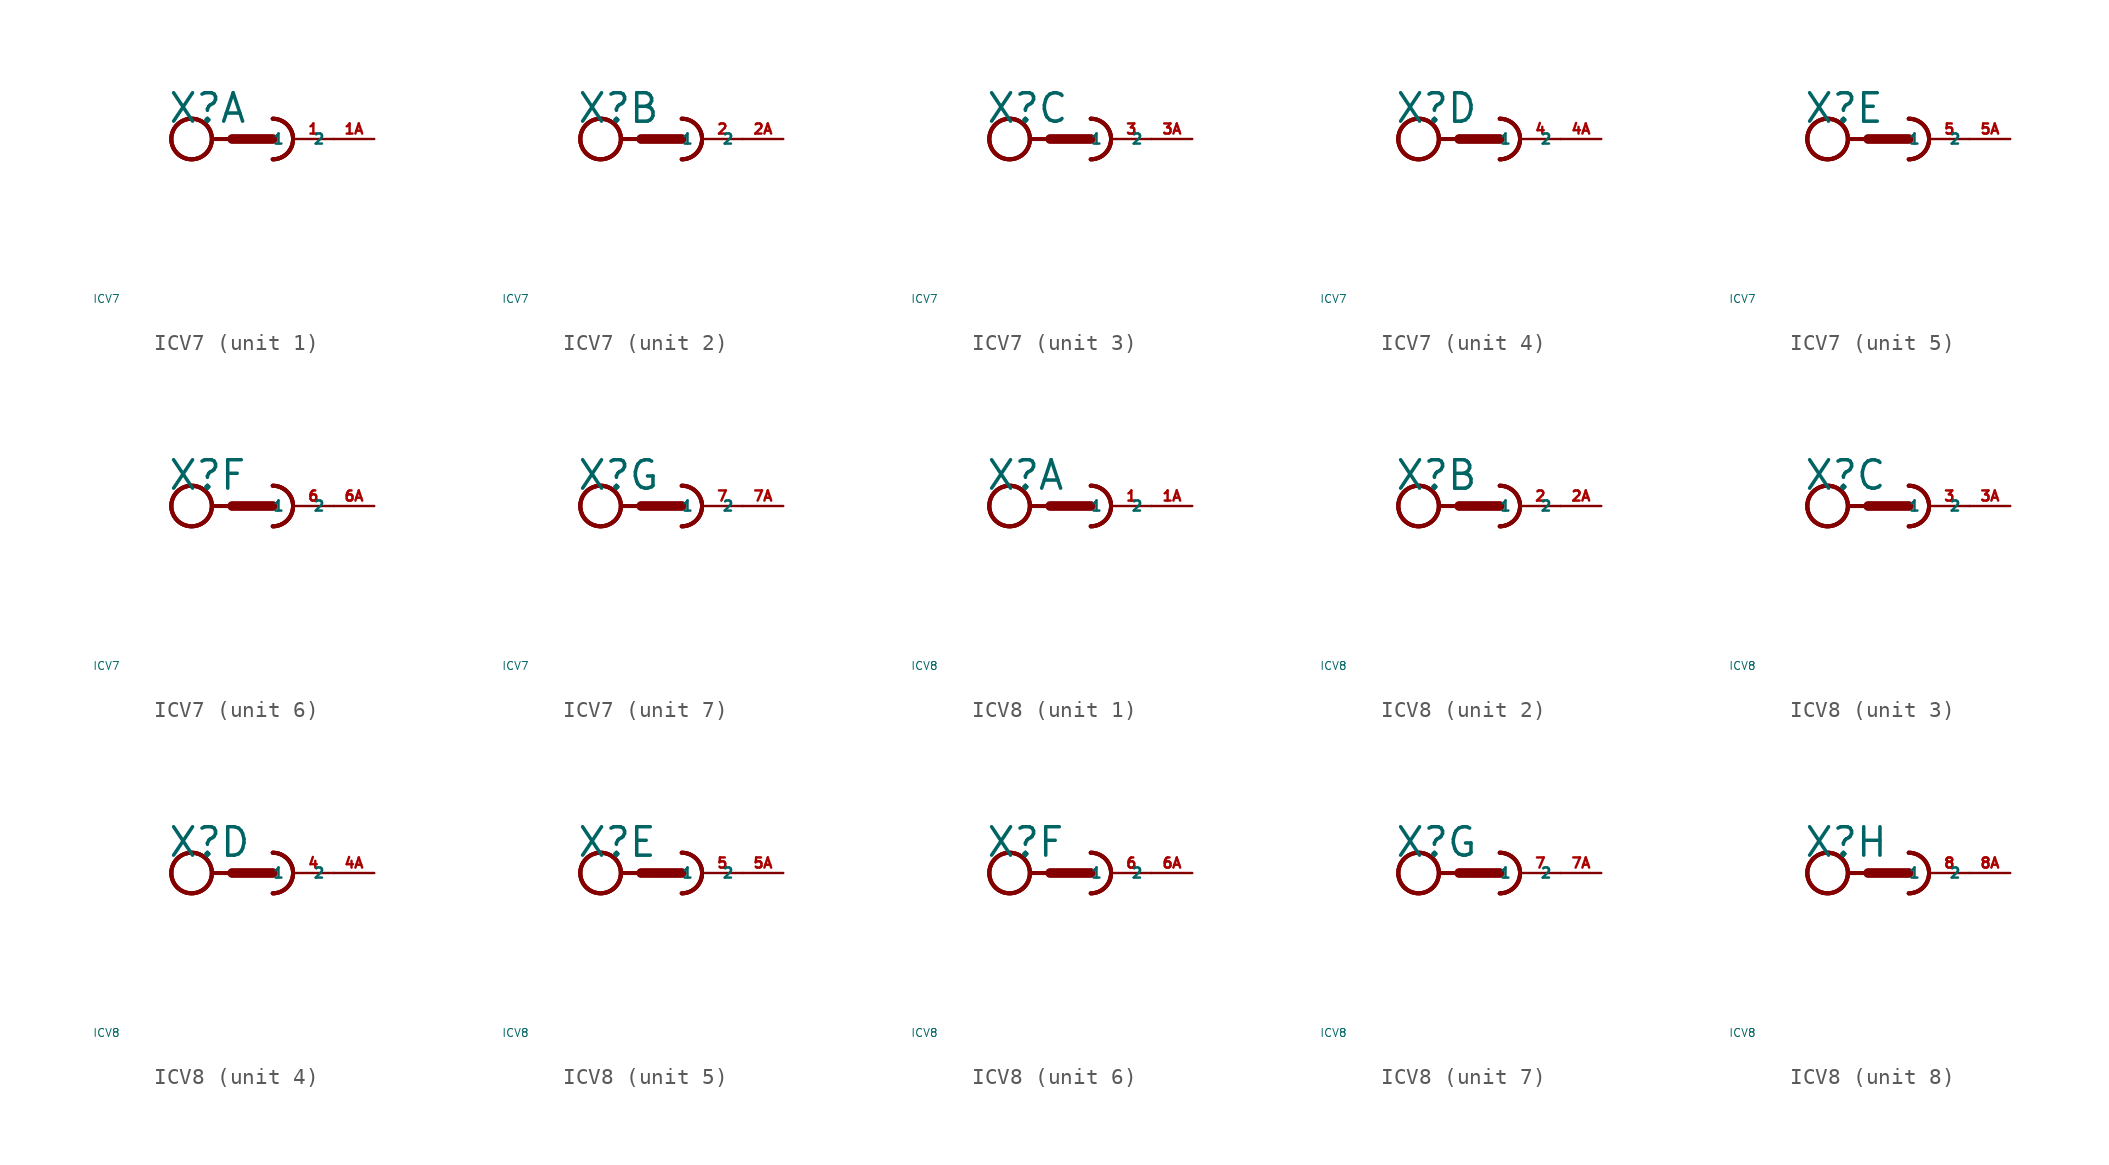
<source format=kicad_sym>
(kicad_symbol_lib
  (version 20220914)
  (generator Eagle2Kicad)
  (symbol "ICV7"
    (property "Reference" "X"
      (at -5.334 0.889 0)
      (effects (font (size 1.778 1.778) (thickness 0.22)) (justify left bottom)))
    (property "Value" "ICV7"
      (at -10 -10 0)
      (effects (font (size 0.5 0.5) (thickness 0.06)) (justify left)))
    (symbol "ICV7_1_0"
      (arc (start 1.27 -1.27) (mid 2.540 0.000) (end 1.27 1.27) (stroke (width 0.254) (type default)) (fill (type none)))
      (arc (start 1.27 -1.27) (mid 2.540 0.000) (end 1.27 1.27) (stroke (width 0.254) (type default)) (fill (type none)))
      (polyline (pts (xy -2.54 0) (xy -1.27 0)) (stroke (width 0.254) (type default)) (fill (type none)))
      (polyline (pts (xy -1.27 0) (xy 1.27 0)) (stroke (width 0.61) (type default)) (fill (type none)))
      (arc (start 1.27 -1.27) (mid 2.540 0.000) (end 1.27 1.27) (stroke (width 0.254) (type default)) (fill (type none)))
      (circle (center -3.81 0) (radius 1.27) (stroke (width 0.254) (type default)) (fill (type none)))
      (circle (center -3.81 0) (radius 1.27) (stroke (width 0.254) (type default)) (fill (type none)))
      (circle (center -3.81 0) (radius 1.27) (stroke (width 0.254) (type default)) (fill (type none)))
      (pin passive line (at 5.08 0 180) (length 2.54) (name "1" (effects (font (size 0.635 0.635) (thickness 0.08)) (justify left bottom))) (number "1" (effects (font (size 0.635 0.635) (thickness 0.08)) (justify left bottom))))
      (pin passive line (at 7.62 0 180) (length 2.54) (name "2" (effects (font (size 0.635 0.635) (thickness 0.08)) (justify left bottom))) (number "1A" (effects (font (size 0.635 0.635) (thickness 0.08)) (justify left bottom)))))
    (symbol "ICV7_2_0"
      (arc (start 1.27 -1.27) (mid 2.540 0.000) (end 1.27 1.27) (stroke (width 0.254) (type default)) (fill (type none)))
      (arc (start 1.27 -1.27) (mid 2.540 0.000) (end 1.27 1.27) (stroke (width 0.254) (type default)) (fill (type none)))
      (polyline (pts (xy -2.54 0) (xy -1.27 0)) (stroke (width 0.254) (type default)) (fill (type none)))
      (polyline (pts (xy -1.27 0) (xy 1.27 0)) (stroke (width 0.61) (type default)) (fill (type none)))
      (arc (start 1.27 -1.27) (mid 2.540 0.000) (end 1.27 1.27) (stroke (width 0.254) (type default)) (fill (type none)))
      (circle (center -3.81 0) (radius 1.27) (stroke (width 0.254) (type default)) (fill (type none)))
      (circle (center -3.81 0) (radius 1.27) (stroke (width 0.254) (type default)) (fill (type none)))
      (circle (center -3.81 0) (radius 1.27) (stroke (width 0.254) (type default)) (fill (type none)))
      (pin passive line (at 5.08 0 180) (length 2.54) (name "1" (effects (font (size 0.635 0.635) (thickness 0.08)) (justify left bottom))) (number "2" (effects (font (size 0.635 0.635) (thickness 0.08)) (justify left bottom))))
      (pin passive line (at 7.62 0 180) (length 2.54) (name "2" (effects (font (size 0.635 0.635) (thickness 0.08)) (justify left bottom))) (number "2A" (effects (font (size 0.635 0.635) (thickness 0.08)) (justify left bottom)))))
    (symbol "ICV7_3_0"
      (arc (start 1.27 -1.27) (mid 2.540 0.000) (end 1.27 1.27) (stroke (width 0.254) (type default)) (fill (type none)))
      (arc (start 1.27 -1.27) (mid 2.540 0.000) (end 1.27 1.27) (stroke (width 0.254) (type default)) (fill (type none)))
      (polyline (pts (xy -2.54 0) (xy -1.27 0)) (stroke (width 0.254) (type default)) (fill (type none)))
      (polyline (pts (xy -1.27 0) (xy 1.27 0)) (stroke (width 0.61) (type default)) (fill (type none)))
      (arc (start 1.27 -1.27) (mid 2.540 0.000) (end 1.27 1.27) (stroke (width 0.254) (type default)) (fill (type none)))
      (circle (center -3.81 0) (radius 1.27) (stroke (width 0.254) (type default)) (fill (type none)))
      (circle (center -3.81 0) (radius 1.27) (stroke (width 0.254) (type default)) (fill (type none)))
      (circle (center -3.81 0) (radius 1.27) (stroke (width 0.254) (type default)) (fill (type none)))
      (pin passive line (at 5.08 0 180) (length 2.54) (name "1" (effects (font (size 0.635 0.635) (thickness 0.08)) (justify left bottom))) (number "3" (effects (font (size 0.635 0.635) (thickness 0.08)) (justify left bottom))))
      (pin passive line (at 7.62 0 180) (length 2.54) (name "2" (effects (font (size 0.635 0.635) (thickness 0.08)) (justify left bottom))) (number "3A" (effects (font (size 0.635 0.635) (thickness 0.08)) (justify left bottom)))))
    (symbol "ICV7_4_0"
      (arc (start 1.27 -1.27) (mid 2.540 0.000) (end 1.27 1.27) (stroke (width 0.254) (type default)) (fill (type none)))
      (arc (start 1.27 -1.27) (mid 2.540 0.000) (end 1.27 1.27) (stroke (width 0.254) (type default)) (fill (type none)))
      (polyline (pts (xy -2.54 0) (xy -1.27 0)) (stroke (width 0.254) (type default)) (fill (type none)))
      (polyline (pts (xy -1.27 0) (xy 1.27 0)) (stroke (width 0.61) (type default)) (fill (type none)))
      (arc (start 1.27 -1.27) (mid 2.540 0.000) (end 1.27 1.27) (stroke (width 0.254) (type default)) (fill (type none)))
      (circle (center -3.81 0) (radius 1.27) (stroke (width 0.254) (type default)) (fill (type none)))
      (circle (center -3.81 0) (radius 1.27) (stroke (width 0.254) (type default)) (fill (type none)))
      (circle (center -3.81 0) (radius 1.27) (stroke (width 0.254) (type default)) (fill (type none)))
      (pin passive line (at 5.08 0 180) (length 2.54) (name "1" (effects (font (size 0.635 0.635) (thickness 0.08)) (justify left bottom))) (number "4" (effects (font (size 0.635 0.635) (thickness 0.08)) (justify left bottom))))
      (pin passive line (at 7.62 0 180) (length 2.54) (name "2" (effects (font (size 0.635 0.635) (thickness 0.08)) (justify left bottom))) (number "4A" (effects (font (size 0.635 0.635) (thickness 0.08)) (justify left bottom)))))
    (symbol "ICV7_5_0"
      (arc (start 1.27 -1.27) (mid 2.540 0.000) (end 1.27 1.27) (stroke (width 0.254) (type default)) (fill (type none)))
      (arc (start 1.27 -1.27) (mid 2.540 0.000) (end 1.27 1.27) (stroke (width 0.254) (type default)) (fill (type none)))
      (polyline (pts (xy -2.54 0) (xy -1.27 0)) (stroke (width 0.254) (type default)) (fill (type none)))
      (polyline (pts (xy -1.27 0) (xy 1.27 0)) (stroke (width 0.61) (type default)) (fill (type none)))
      (arc (start 1.27 -1.27) (mid 2.540 0.000) (end 1.27 1.27) (stroke (width 0.254) (type default)) (fill (type none)))
      (circle (center -3.81 0) (radius 1.27) (stroke (width 0.254) (type default)) (fill (type none)))
      (circle (center -3.81 0) (radius 1.27) (stroke (width 0.254) (type default)) (fill (type none)))
      (circle (center -3.81 0) (radius 1.27) (stroke (width 0.254) (type default)) (fill (type none)))
      (pin passive line (at 5.08 0 180) (length 2.54) (name "1" (effects (font (size 0.635 0.635) (thickness 0.08)) (justify left bottom))) (number "5" (effects (font (size 0.635 0.635) (thickness 0.08)) (justify left bottom))))
      (pin passive line (at 7.62 0 180) (length 2.54) (name "2" (effects (font (size 0.635 0.635) (thickness 0.08)) (justify left bottom))) (number "5A" (effects (font (size 0.635 0.635) (thickness 0.08)) (justify left bottom)))))
    (symbol "ICV7_6_0"
      (arc (start 1.27 -1.27) (mid 2.540 0.000) (end 1.27 1.27) (stroke (width 0.254) (type default)) (fill (type none)))
      (arc (start 1.27 -1.27) (mid 2.540 0.000) (end 1.27 1.27) (stroke (width 0.254) (type default)) (fill (type none)))
      (polyline (pts (xy -2.54 0) (xy -1.27 0)) (stroke (width 0.254) (type default)) (fill (type none)))
      (polyline (pts (xy -1.27 0) (xy 1.27 0)) (stroke (width 0.61) (type default)) (fill (type none)))
      (arc (start 1.27 -1.27) (mid 2.540 0.000) (end 1.27 1.27) (stroke (width 0.254) (type default)) (fill (type none)))
      (circle (center -3.81 0) (radius 1.27) (stroke (width 0.254) (type default)) (fill (type none)))
      (circle (center -3.81 0) (radius 1.27) (stroke (width 0.254) (type default)) (fill (type none)))
      (circle (center -3.81 0) (radius 1.27) (stroke (width 0.254) (type default)) (fill (type none)))
      (pin passive line (at 5.08 0 180) (length 2.54) (name "1" (effects (font (size 0.635 0.635) (thickness 0.08)) (justify left bottom))) (number "6" (effects (font (size 0.635 0.635) (thickness 0.08)) (justify left bottom))))
      (pin passive line (at 7.62 0 180) (length 2.54) (name "2" (effects (font (size 0.635 0.635) (thickness 0.08)) (justify left bottom))) (number "6A" (effects (font (size 0.635 0.635) (thickness 0.08)) (justify left bottom)))))
    (symbol "ICV7_7_0"
      (arc (start 1.27 -1.27) (mid 2.540 0.000) (end 1.27 1.27) (stroke (width 0.254) (type default)) (fill (type none)))
      (arc (start 1.27 -1.27) (mid 2.540 0.000) (end 1.27 1.27) (stroke (width 0.254) (type default)) (fill (type none)))
      (polyline (pts (xy -2.54 0) (xy -1.27 0)) (stroke (width 0.254) (type default)) (fill (type none)))
      (polyline (pts (xy -1.27 0) (xy 1.27 0)) (stroke (width 0.61) (type default)) (fill (type none)))
      (arc (start 1.27 -1.27) (mid 2.540 0.000) (end 1.27 1.27) (stroke (width 0.254) (type default)) (fill (type none)))
      (circle (center -3.81 0) (radius 1.27) (stroke (width 0.254) (type default)) (fill (type none)))
      (circle (center -3.81 0) (radius 1.27) (stroke (width 0.254) (type default)) (fill (type none)))
      (circle (center -3.81 0) (radius 1.27) (stroke (width 0.254) (type default)) (fill (type none)))
      (pin passive line (at 5.08 0 180) (length 2.54) (name "1" (effects (font (size 0.635 0.635) (thickness 0.08)) (justify left bottom))) (number "7" (effects (font (size 0.635 0.635) (thickness 0.08)) (justify left bottom))))
      (pin passive line (at 7.62 0 180) (length 2.54) (name "2" (effects (font (size 0.635 0.635) (thickness 0.08)) (justify left bottom))) (number "7A" (effects (font (size 0.635 0.635) (thickness 0.08)) (justify left bottom))))))
  (symbol "ICV8"
    (property "Reference" "X"
      (at -5.334 0.889 0)
      (effects (font (size 1.778 1.778) (thickness 0.22)) (justify left bottom)))
    (property "Value" "ICV8"
      (at -10 -10 0)
      (effects (font (size 0.5 0.5) (thickness 0.06)) (justify left)))
    (symbol "ICV8_1_0"
      (arc (start 1.27 -1.27) (mid 2.540 0.000) (end 1.27 1.27) (stroke (width 0.254) (type default)) (fill (type none)))
      (arc (start 1.27 -1.27) (mid 2.540 0.000) (end 1.27 1.27) (stroke (width 0.254) (type default)) (fill (type none)))
      (polyline (pts (xy -2.54 0) (xy -1.27 0)) (stroke (width 0.254) (type default)) (fill (type none)))
      (polyline (pts (xy -1.27 0) (xy 1.27 0)) (stroke (width 0.61) (type default)) (fill (type none)))
      (arc (start 1.27 -1.27) (mid 2.540 0.000) (end 1.27 1.27) (stroke (width 0.254) (type default)) (fill (type none)))
      (circle (center -3.81 0) (radius 1.27) (stroke (width 0.254) (type default)) (fill (type none)))
      (circle (center -3.81 0) (radius 1.27) (stroke (width 0.254) (type default)) (fill (type none)))
      (circle (center -3.81 0) (radius 1.27) (stroke (width 0.254) (type default)) (fill (type none)))
      (pin passive line (at 5.08 0 180) (length 2.54) (name "1" (effects (font (size 0.635 0.635) (thickness 0.08)) (justify left bottom))) (number "1" (effects (font (size 0.635 0.635) (thickness 0.08)) (justify left bottom))))
      (pin passive line (at 7.62 0 180) (length 2.54) (name "2" (effects (font (size 0.635 0.635) (thickness 0.08)) (justify left bottom))) (number "1A" (effects (font (size 0.635 0.635) (thickness 0.08)) (justify left bottom)))))
    (symbol "ICV8_2_0"
      (arc (start 1.27 -1.27) (mid 2.540 0.000) (end 1.27 1.27) (stroke (width 0.254) (type default)) (fill (type none)))
      (arc (start 1.27 -1.27) (mid 2.540 0.000) (end 1.27 1.27) (stroke (width 0.254) (type default)) (fill (type none)))
      (polyline (pts (xy -2.54 0) (xy -1.27 0)) (stroke (width 0.254) (type default)) (fill (type none)))
      (polyline (pts (xy -1.27 0) (xy 1.27 0)) (stroke (width 0.61) (type default)) (fill (type none)))
      (arc (start 1.27 -1.27) (mid 2.540 0.000) (end 1.27 1.27) (stroke (width 0.254) (type default)) (fill (type none)))
      (circle (center -3.81 0) (radius 1.27) (stroke (width 0.254) (type default)) (fill (type none)))
      (circle (center -3.81 0) (radius 1.27) (stroke (width 0.254) (type default)) (fill (type none)))
      (circle (center -3.81 0) (radius 1.27) (stroke (width 0.254) (type default)) (fill (type none)))
      (pin passive line (at 5.08 0 180) (length 2.54) (name "1" (effects (font (size 0.635 0.635) (thickness 0.08)) (justify left bottom))) (number "2" (effects (font (size 0.635 0.635) (thickness 0.08)) (justify left bottom))))
      (pin passive line (at 7.62 0 180) (length 2.54) (name "2" (effects (font (size 0.635 0.635) (thickness 0.08)) (justify left bottom))) (number "2A" (effects (font (size 0.635 0.635) (thickness 0.08)) (justify left bottom)))))
    (symbol "ICV8_3_0"
      (arc (start 1.27 -1.27) (mid 2.540 0.000) (end 1.27 1.27) (stroke (width 0.254) (type default)) (fill (type none)))
      (arc (start 1.27 -1.27) (mid 2.540 0.000) (end 1.27 1.27) (stroke (width 0.254) (type default)) (fill (type none)))
      (polyline (pts (xy -2.54 0) (xy -1.27 0)) (stroke (width 0.254) (type default)) (fill (type none)))
      (polyline (pts (xy -1.27 0) (xy 1.27 0)) (stroke (width 0.61) (type default)) (fill (type none)))
      (arc (start 1.27 -1.27) (mid 2.540 0.000) (end 1.27 1.27) (stroke (width 0.254) (type default)) (fill (type none)))
      (circle (center -3.81 0) (radius 1.27) (stroke (width 0.254) (type default)) (fill (type none)))
      (circle (center -3.81 0) (radius 1.27) (stroke (width 0.254) (type default)) (fill (type none)))
      (circle (center -3.81 0) (radius 1.27) (stroke (width 0.254) (type default)) (fill (type none)))
      (pin passive line (at 5.08 0 180) (length 2.54) (name "1" (effects (font (size 0.635 0.635) (thickness 0.08)) (justify left bottom))) (number "3" (effects (font (size 0.635 0.635) (thickness 0.08)) (justify left bottom))))
      (pin passive line (at 7.62 0 180) (length 2.54) (name "2" (effects (font (size 0.635 0.635) (thickness 0.08)) (justify left bottom))) (number "3A" (effects (font (size 0.635 0.635) (thickness 0.08)) (justify left bottom)))))
    (symbol "ICV8_4_0"
      (arc (start 1.27 -1.27) (mid 2.540 0.000) (end 1.27 1.27) (stroke (width 0.254) (type default)) (fill (type none)))
      (arc (start 1.27 -1.27) (mid 2.540 0.000) (end 1.27 1.27) (stroke (width 0.254) (type default)) (fill (type none)))
      (polyline (pts (xy -2.54 0) (xy -1.27 0)) (stroke (width 0.254) (type default)) (fill (type none)))
      (polyline (pts (xy -1.27 0) (xy 1.27 0)) (stroke (width 0.61) (type default)) (fill (type none)))
      (arc (start 1.27 -1.27) (mid 2.540 0.000) (end 1.27 1.27) (stroke (width 0.254) (type default)) (fill (type none)))
      (circle (center -3.81 0) (radius 1.27) (stroke (width 0.254) (type default)) (fill (type none)))
      (circle (center -3.81 0) (radius 1.27) (stroke (width 0.254) (type default)) (fill (type none)))
      (circle (center -3.81 0) (radius 1.27) (stroke (width 0.254) (type default)) (fill (type none)))
      (pin passive line (at 5.08 0 180) (length 2.54) (name "1" (effects (font (size 0.635 0.635) (thickness 0.08)) (justify left bottom))) (number "4" (effects (font (size 0.635 0.635) (thickness 0.08)) (justify left bottom))))
      (pin passive line (at 7.62 0 180) (length 2.54) (name "2" (effects (font (size 0.635 0.635) (thickness 0.08)) (justify left bottom))) (number "4A" (effects (font (size 0.635 0.635) (thickness 0.08)) (justify left bottom)))))
    (symbol "ICV8_5_0"
      (arc (start 1.27 -1.27) (mid 2.540 0.000) (end 1.27 1.27) (stroke (width 0.254) (type default)) (fill (type none)))
      (arc (start 1.27 -1.27) (mid 2.540 0.000) (end 1.27 1.27) (stroke (width 0.254) (type default)) (fill (type none)))
      (polyline (pts (xy -2.54 0) (xy -1.27 0)) (stroke (width 0.254) (type default)) (fill (type none)))
      (polyline (pts (xy -1.27 0) (xy 1.27 0)) (stroke (width 0.61) (type default)) (fill (type none)))
      (arc (start 1.27 -1.27) (mid 2.540 0.000) (end 1.27 1.27) (stroke (width 0.254) (type default)) (fill (type none)))
      (circle (center -3.81 0) (radius 1.27) (stroke (width 0.254) (type default)) (fill (type none)))
      (circle (center -3.81 0) (radius 1.27) (stroke (width 0.254) (type default)) (fill (type none)))
      (circle (center -3.81 0) (radius 1.27) (stroke (width 0.254) (type default)) (fill (type none)))
      (pin passive line (at 5.08 0 180) (length 2.54) (name "1" (effects (font (size 0.635 0.635) (thickness 0.08)) (justify left bottom))) (number "5" (effects (font (size 0.635 0.635) (thickness 0.08)) (justify left bottom))))
      (pin passive line (at 7.62 0 180) (length 2.54) (name "2" (effects (font (size 0.635 0.635) (thickness 0.08)) (justify left bottom))) (number "5A" (effects (font (size 0.635 0.635) (thickness 0.08)) (justify left bottom)))))
    (symbol "ICV8_6_0"
      (arc (start 1.27 -1.27) (mid 2.540 0.000) (end 1.27 1.27) (stroke (width 0.254) (type default)) (fill (type none)))
      (arc (start 1.27 -1.27) (mid 2.540 0.000) (end 1.27 1.27) (stroke (width 0.254) (type default)) (fill (type none)))
      (polyline (pts (xy -2.54 0) (xy -1.27 0)) (stroke (width 0.254) (type default)) (fill (type none)))
      (polyline (pts (xy -1.27 0) (xy 1.27 0)) (stroke (width 0.61) (type default)) (fill (type none)))
      (arc (start 1.27 -1.27) (mid 2.540 0.000) (end 1.27 1.27) (stroke (width 0.254) (type default)) (fill (type none)))
      (circle (center -3.81 0) (radius 1.27) (stroke (width 0.254) (type default)) (fill (type none)))
      (circle (center -3.81 0) (radius 1.27) (stroke (width 0.254) (type default)) (fill (type none)))
      (circle (center -3.81 0) (radius 1.27) (stroke (width 0.254) (type default)) (fill (type none)))
      (pin passive line (at 5.08 0 180) (length 2.54) (name "1" (effects (font (size 0.635 0.635) (thickness 0.08)) (justify left bottom))) (number "6" (effects (font (size 0.635 0.635) (thickness 0.08)) (justify left bottom))))
      (pin passive line (at 7.62 0 180) (length 2.54) (name "2" (effects (font (size 0.635 0.635) (thickness 0.08)) (justify left bottom))) (number "6A" (effects (font (size 0.635 0.635) (thickness 0.08)) (justify left bottom)))))
    (symbol "ICV8_7_0"
      (arc (start 1.27 -1.27) (mid 2.540 0.000) (end 1.27 1.27) (stroke (width 0.254) (type default)) (fill (type none)))
      (arc (start 1.27 -1.27) (mid 2.540 0.000) (end 1.27 1.27) (stroke (width 0.254) (type default)) (fill (type none)))
      (polyline (pts (xy -2.54 0) (xy -1.27 0)) (stroke (width 0.254) (type default)) (fill (type none)))
      (polyline (pts (xy -1.27 0) (xy 1.27 0)) (stroke (width 0.61) (type default)) (fill (type none)))
      (arc (start 1.27 -1.27) (mid 2.540 0.000) (end 1.27 1.27) (stroke (width 0.254) (type default)) (fill (type none)))
      (circle (center -3.81 0) (radius 1.27) (stroke (width 0.254) (type default)) (fill (type none)))
      (circle (center -3.81 0) (radius 1.27) (stroke (width 0.254) (type default)) (fill (type none)))
      (circle (center -3.81 0) (radius 1.27) (stroke (width 0.254) (type default)) (fill (type none)))
      (pin passive line (at 5.08 0 180) (length 2.54) (name "1" (effects (font (size 0.635 0.635) (thickness 0.08)) (justify left bottom))) (number "7" (effects (font (size 0.635 0.635) (thickness 0.08)) (justify left bottom))))
      (pin passive line (at 7.62 0 180) (length 2.54) (name "2" (effects (font (size 0.635 0.635) (thickness 0.08)) (justify left bottom))) (number "7A" (effects (font (size 0.635 0.635) (thickness 0.08)) (justify left bottom)))))
    (symbol "ICV8_8_0"
      (arc (start 1.27 -1.27) (mid 2.540 0.000) (end 1.27 1.27) (stroke (width 0.254) (type default)) (fill (type none)))
      (arc (start 1.27 -1.27) (mid 2.540 0.000) (end 1.27 1.27) (stroke (width 0.254) (type default)) (fill (type none)))
      (polyline (pts (xy -2.54 0) (xy -1.27 0)) (stroke (width 0.254) (type default)) (fill (type none)))
      (polyline (pts (xy -1.27 0) (xy 1.27 0)) (stroke (width 0.61) (type default)) (fill (type none)))
      (arc (start 1.27 -1.27) (mid 2.540 0.000) (end 1.27 1.27) (stroke (width 0.254) (type default)) (fill (type none)))
      (circle (center -3.81 0) (radius 1.27) (stroke (width 0.254) (type default)) (fill (type none)))
      (circle (center -3.81 0) (radius 1.27) (stroke (width 0.254) (type default)) (fill (type none)))
      (circle (center -3.81 0) (radius 1.27) (stroke (width 0.254) (type default)) (fill (type none)))
      (pin passive line (at 5.08 0 180) (length 2.54) (name "1" (effects (font (size 0.635 0.635) (thickness 0.08)) (justify left bottom))) (number "8" (effects (font (size 0.635 0.635) (thickness 0.08)) (justify left bottom))))
      (pin passive line (at 7.62 0 180) (length 2.54) (name "2" (effects (font (size 0.635 0.635) (thickness 0.08)) (justify left bottom))) (number "8A" (effects (font (size 0.635 0.635) (thickness 0.08)) (justify left bottom)))))))
</source>
